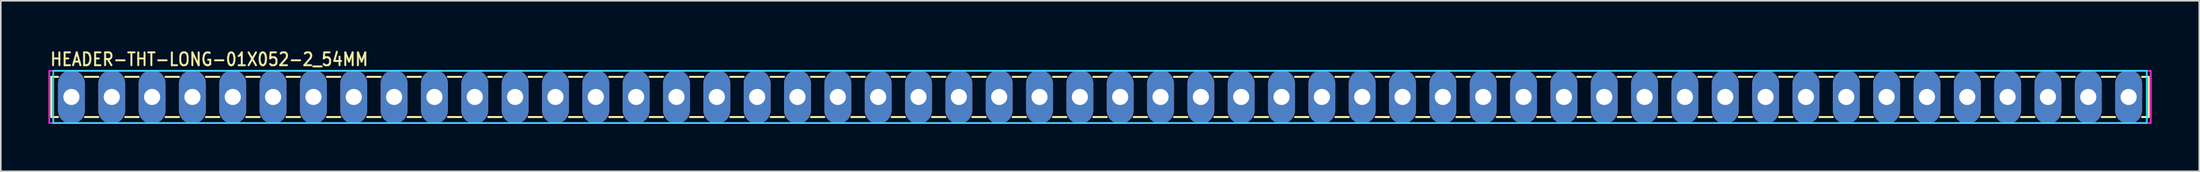
<source format=kicad_pcb>
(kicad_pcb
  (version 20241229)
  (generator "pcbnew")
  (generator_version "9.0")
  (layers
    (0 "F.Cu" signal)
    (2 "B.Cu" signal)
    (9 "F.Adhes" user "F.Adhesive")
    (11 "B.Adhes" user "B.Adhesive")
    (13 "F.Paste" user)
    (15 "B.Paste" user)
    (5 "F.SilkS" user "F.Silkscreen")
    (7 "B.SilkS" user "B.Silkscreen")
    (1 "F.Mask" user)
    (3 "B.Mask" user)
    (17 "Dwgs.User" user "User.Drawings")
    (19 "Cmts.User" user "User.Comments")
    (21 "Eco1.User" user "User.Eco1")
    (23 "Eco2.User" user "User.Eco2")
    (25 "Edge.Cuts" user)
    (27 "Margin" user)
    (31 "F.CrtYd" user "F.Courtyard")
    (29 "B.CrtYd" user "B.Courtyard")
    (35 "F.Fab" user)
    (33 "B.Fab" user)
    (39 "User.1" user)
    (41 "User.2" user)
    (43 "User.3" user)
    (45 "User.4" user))
  (footprint "HEADER-THT-LONG-01X052-2_54MM"
    (layer "F.Cu")
    (at 1.447 3.079)
    (property "Reference" "HEADER-THT-LONG-01X052-2_54MM" (at -1.4 -1.9 0) (unlocked yes) (layer "F.SilkS") (effects (font (size 0.813 0.695) (thickness 0.122)) (justify left bottom)))
    (fp_line (start -1.27 -1.27) (end -1.27 1.27) (stroke (width 0.127) (type solid)) (layer "F.SilkS"))
    (fp_line (start -1.27 1.27) (end -0.85 1.27) (stroke (width 0.127) (type solid)) (layer "F.SilkS"))
    (fp_line (start -0.85 -1.27) (end -1.27 -1.27) (stroke (width 0.127) (type solid)) (layer "F.SilkS"))
    (fp_line (start 0.85 -1.27) (end 1.69 -1.27) (stroke (width 0.127) (type solid)) (layer "F.SilkS"))
    (fp_line (start 0.85 1.27) (end 1.69 1.27) (stroke (width 0.127) (type solid)) (layer "F.SilkS"))
    (fp_line (start 3.39 -1.27) (end 4.23 -1.27) (stroke (width 0.127) (type solid)) (layer "F.SilkS"))
    (fp_line (start 3.39 1.27) (end 4.23 1.27) (stroke (width 0.127) (type solid)) (layer "F.SilkS"))
    (fp_line (start 5.93 -1.27) (end 6.77 -1.27) (stroke (width 0.127) (type solid)) (layer "F.SilkS"))
    (fp_line (start 5.93 1.27) (end 6.77 1.27) (stroke (width 0.127) (type solid)) (layer "F.SilkS"))
    (fp_line (start 8.47 -1.27) (end 9.31 -1.27) (stroke (width 0.127) (type solid)) (layer "F.SilkS"))
    (fp_line (start 8.47 1.27) (end 9.31 1.27) (stroke (width 0.127) (type solid)) (layer "F.SilkS"))
    (fp_line (start 11.01 -1.27) (end 11.85 -1.27) (stroke (width 0.127) (type solid)) (layer "F.SilkS"))
    (fp_line (start 11.01 1.27) (end 11.85 1.27) (stroke (width 0.127) (type solid)) (layer "F.SilkS"))
    (fp_line (start 13.55 -1.27) (end 14.39 -1.27) (stroke (width 0.127) (type solid)) (layer "F.SilkS"))
    (fp_line (start 13.55 1.27) (end 14.39 1.27) (stroke (width 0.127) (type solid)) (layer "F.SilkS"))
    (fp_line (start 16.09 -1.27) (end 16.93 -1.27) (stroke (width 0.127) (type solid)) (layer "F.SilkS"))
    (fp_line (start 16.09 1.27) (end 16.93 1.27) (stroke (width 0.127) (type solid)) (layer "F.SilkS"))
    (fp_line (start 18.63 -1.27) (end 19.47 -1.27) (stroke (width 0.127) (type solid)) (layer "F.SilkS"))
    (fp_line (start 18.63 1.27) (end 19.47 1.27) (stroke (width 0.127) (type solid)) (layer "F.SilkS"))
    (fp_line (start 21.17 -1.27) (end 22.01 -1.27) (stroke (width 0.127) (type solid)) (layer "F.SilkS"))
    (fp_line (start 21.17 1.27) (end 22.01 1.27) (stroke (width 0.127) (type solid)) (layer "F.SilkS"))
    (fp_line (start 23.71 -1.27) (end 24.55 -1.27) (stroke (width 0.127) (type solid)) (layer "F.SilkS"))
    (fp_line (start 23.71 1.27) (end 24.55 1.27) (stroke (width 0.127) (type solid)) (layer "F.SilkS"))
    (fp_line (start 26.25 -1.27) (end 27.09 -1.27) (stroke (width 0.127) (type solid)) (layer "F.SilkS"))
    (fp_line (start 26.25 1.27) (end 27.09 1.27) (stroke (width 0.127) (type solid)) (layer "F.SilkS"))
    (fp_line (start 28.79 -1.27) (end 29.63 -1.27) (stroke (width 0.127) (type solid)) (layer "F.SilkS"))
    (fp_line (start 28.79 1.27) (end 29.63 1.27) (stroke (width 0.127) (type solid)) (layer "F.SilkS"))
    (fp_line (start 31.33 -1.27) (end 32.17 -1.27) (stroke (width 0.127) (type solid)) (layer "F.SilkS"))
    (fp_line (start 31.33 1.27) (end 32.17 1.27) (stroke (width 0.127) (type solid)) (layer "F.SilkS"))
    (fp_line (start 33.87 -1.27) (end 34.71 -1.27) (stroke (width 0.127) (type solid)) (layer "F.SilkS"))
    (fp_line (start 33.87 1.27) (end 34.71 1.27) (stroke (width 0.127) (type solid)) (layer "F.SilkS"))
    (fp_line (start 36.41 -1.27) (end 37.25 -1.27) (stroke (width 0.127) (type solid)) (layer "F.SilkS"))
    (fp_line (start 36.41 1.27) (end 37.25 1.27) (stroke (width 0.127) (type solid)) (layer "F.SilkS"))
    (fp_line (start 38.95 -1.27) (end 39.79 -1.27) (stroke (width 0.127) (type solid)) (layer "F.SilkS"))
    (fp_line (start 38.95 1.27) (end 39.79 1.27) (stroke (width 0.127) (type solid)) (layer "F.SilkS"))
    (fp_line (start 41.49 -1.27) (end 42.33 -1.27) (stroke (width 0.127) (type solid)) (layer "F.SilkS"))
    (fp_line (start 41.49 1.27) (end 42.33 1.27) (stroke (width 0.127) (type solid)) (layer "F.SilkS"))
    (fp_line (start 44.03 -1.27) (end 44.87 -1.27) (stroke (width 0.127) (type solid)) (layer "F.SilkS"))
    (fp_line (start 44.03 1.27) (end 44.87 1.27) (stroke (width 0.127) (type solid)) (layer "F.SilkS"))
    (fp_line (start 46.57 -1.27) (end 47.41 -1.27) (stroke (width 0.127) (type solid)) (layer "F.SilkS"))
    (fp_line (start 46.57 1.27) (end 47.41 1.27) (stroke (width 0.127) (type solid)) (layer "F.SilkS"))
    (fp_line (start 49.11 -1.27) (end 49.95 -1.27) (stroke (width 0.127) (type solid)) (layer "F.SilkS"))
    (fp_line (start 49.11 1.27) (end 49.95 1.27) (stroke (width 0.127) (type solid)) (layer "F.SilkS"))
    (fp_line (start 51.65 -1.27) (end 52.49 -1.27) (stroke (width 0.127) (type solid)) (layer "F.SilkS"))
    (fp_line (start 51.65 1.27) (end 52.49 1.27) (stroke (width 0.127) (type solid)) (layer "F.SilkS"))
    (fp_line (start 54.19 -1.27) (end 55.03 -1.27) (stroke (width 0.127) (type solid)) (layer "F.SilkS"))
    (fp_line (start 54.19 1.27) (end 55.03 1.27) (stroke (width 0.127) (type solid)) (layer "F.SilkS"))
    (fp_line (start 56.73 -1.27) (end 57.57 -1.27) (stroke (width 0.127) (type solid)) (layer "F.SilkS"))
    (fp_line (start 56.73 1.27) (end 57.57 1.27) (stroke (width 0.127) (type solid)) (layer "F.SilkS"))
    (fp_line (start 59.27 -1.27) (end 60.11 -1.27) (stroke (width 0.127) (type solid)) (layer "F.SilkS"))
    (fp_line (start 59.27 1.27) (end 60.11 1.27) (stroke (width 0.127) (type solid)) (layer "F.SilkS"))
    (fp_line (start 61.81 -1.27) (end 62.65 -1.27) (stroke (width 0.127) (type solid)) (layer "F.SilkS"))
    (fp_line (start 61.81 1.27) (end 62.65 1.27) (stroke (width 0.127) (type solid)) (layer "F.SilkS"))
    (fp_line (start 64.35 -1.27) (end 65.19 -1.27) (stroke (width 0.127) (type solid)) (layer "F.SilkS"))
    (fp_line (start 64.35 1.27) (end 65.19 1.27) (stroke (width 0.127) (type solid)) (layer "F.SilkS"))
    (fp_line (start 66.89 -1.27) (end 67.73 -1.27) (stroke (width 0.127) (type solid)) (layer "F.SilkS"))
    (fp_line (start 66.89 1.27) (end 67.73 1.27) (stroke (width 0.127) (type solid)) (layer "F.SilkS"))
    (fp_line (start 69.43 -1.27) (end 70.27 -1.27) (stroke (width 0.127) (type solid)) (layer "F.SilkS"))
    (fp_line (start 69.43 1.27) (end 70.27 1.27) (stroke (width 0.127) (type solid)) (layer "F.SilkS"))
    (fp_line (start 71.97 -1.27) (end 72.81 -1.27) (stroke (width 0.127) (type solid)) (layer "F.SilkS"))
    (fp_line (start 71.97 1.27) (end 72.81 1.27) (stroke (width 0.127) (type solid)) (layer "F.SilkS"))
    (fp_line (start 74.51 -1.27) (end 75.35 -1.27) (stroke (width 0.127) (type solid)) (layer "F.SilkS"))
    (fp_line (start 74.51 1.27) (end 75.35 1.27) (stroke (width 0.127) (type solid)) (layer "F.SilkS"))
    (fp_line (start 77.05 -1.27) (end 77.89 -1.27) (stroke (width 0.127) (type solid)) (layer "F.SilkS"))
    (fp_line (start 77.05 1.27) (end 77.89 1.27) (stroke (width 0.127) (type solid)) (layer "F.SilkS"))
    (fp_line (start 79.59 -1.27) (end 80.43 -1.27) (stroke (width 0.127) (type solid)) (layer "F.SilkS"))
    (fp_line (start 79.59 1.27) (end 80.43 1.27) (stroke (width 0.127) (type solid)) (layer "F.SilkS"))
    (fp_line (start 82.13 -1.27) (end 82.97 -1.27) (stroke (width 0.127) (type solid)) (layer "F.SilkS"))
    (fp_line (start 82.13 1.27) (end 82.97 1.27) (stroke (width 0.127) (type solid)) (layer "F.SilkS"))
    (fp_line (start 84.67 -1.27) (end 85.51 -1.27) (stroke (width 0.127) (type solid)) (layer "F.SilkS"))
    (fp_line (start 84.67 1.27) (end 85.51 1.27) (stroke (width 0.127) (type solid)) (layer "F.SilkS"))
    (fp_line (start 87.21 -1.27) (end 88.05 -1.27) (stroke (width 0.127) (type solid)) (layer "F.SilkS"))
    (fp_line (start 87.21 1.27) (end 88.05 1.27) (stroke (width 0.127) (type solid)) (layer "F.SilkS"))
    (fp_line (start 89.75 -1.27) (end 90.59 -1.27) (stroke (width 0.127) (type solid)) (layer "F.SilkS"))
    (fp_line (start 89.75 1.27) (end 90.59 1.27) (stroke (width 0.127) (type solid)) (layer "F.SilkS"))
    (fp_line (start 92.29 -1.27) (end 93.13 -1.27) (stroke (width 0.127) (type solid)) (layer "F.SilkS"))
    (fp_line (start 92.29 1.27) (end 93.13 1.27) (stroke (width 0.127) (type solid)) (layer "F.SilkS"))
    (fp_line (start 94.83 -1.27) (end 95.67 -1.27) (stroke (width 0.127) (type solid)) (layer "F.SilkS"))
    (fp_line (start 94.83 1.27) (end 95.67 1.27) (stroke (width 0.127) (type solid)) (layer "F.SilkS"))
    (fp_line (start 97.37 -1.27) (end 98.21 -1.27) (stroke (width 0.127) (type solid)) (layer "F.SilkS"))
    (fp_line (start 97.37 1.27) (end 98.21 1.27) (stroke (width 0.127) (type solid)) (layer "F.SilkS"))
    (fp_line (start 99.91 -1.27) (end 100.75 -1.27) (stroke (width 0.127) (type solid)) (layer "F.SilkS"))
    (fp_line (start 99.91 1.27) (end 100.75 1.27) (stroke (width 0.127) (type solid)) (layer "F.SilkS"))
    (fp_line (start 102.45 -1.27) (end 103.29 -1.27) (stroke (width 0.127) (type solid)) (layer "F.SilkS"))
    (fp_line (start 102.45 1.27) (end 103.29 1.27) (stroke (width 0.127) (type solid)) (layer "F.SilkS"))
    (fp_line (start 104.99 -1.27) (end 105.83 -1.27) (stroke (width 0.127) (type solid)) (layer "F.SilkS"))
    (fp_line (start 104.99 1.27) (end 105.83 1.27) (stroke (width 0.127) (type solid)) (layer "F.SilkS"))
    (fp_line (start 107.53 -1.27) (end 108.37 -1.27) (stroke (width 0.127) (type solid)) (layer "F.SilkS"))
    (fp_line (start 107.53 1.27) (end 108.37 1.27) (stroke (width 0.127) (type solid)) (layer "F.SilkS"))
    (fp_line (start 110.07 -1.27) (end 110.91 -1.27) (stroke (width 0.127) (type solid)) (layer "F.SilkS"))
    (fp_line (start 110.07 1.27) (end 110.91 1.27) (stroke (width 0.127) (type solid)) (layer "F.SilkS"))
    (fp_line (start 112.61 -1.27) (end 113.45 -1.27) (stroke (width 0.127) (type solid)) (layer "F.SilkS"))
    (fp_line (start 112.61 1.27) (end 113.45 1.27) (stroke (width 0.127) (type solid)) (layer "F.SilkS"))
    (fp_line (start 115.15 -1.27) (end 115.99 -1.27) (stroke (width 0.127) (type solid)) (layer "F.SilkS"))
    (fp_line (start 115.15 1.27) (end 115.99 1.27) (stroke (width 0.127) (type solid)) (layer "F.SilkS"))
    (fp_line (start 117.69 -1.27) (end 118.53 -1.27) (stroke (width 0.127) (type solid)) (layer "F.SilkS"))
    (fp_line (start 117.69 1.27) (end 118.53 1.27) (stroke (width 0.127) (type solid)) (layer "F.SilkS"))
    (fp_line (start 120.23 -1.27) (end 121.07 -1.27) (stroke (width 0.127) (type solid)) (layer "F.SilkS"))
    (fp_line (start 120.23 1.27) (end 121.07 1.27) (stroke (width 0.127) (type solid)) (layer "F.SilkS"))
    (fp_line (start 122.77 -1.27) (end 123.61 -1.27) (stroke (width 0.127) (type solid)) (layer "F.SilkS"))
    (fp_line (start 122.77 1.27) (end 123.61 1.27) (stroke (width 0.127) (type solid)) (layer "F.SilkS"))
    (fp_line (start 125.31 -1.27) (end 126.15 -1.27) (stroke (width 0.127) (type solid)) (layer "F.SilkS"))
    (fp_line (start 125.31 1.27) (end 126.15 1.27) (stroke (width 0.127) (type solid)) (layer "F.SilkS"))
    (fp_line (start 127.85 -1.27) (end 128.69 -1.27) (stroke (width 0.127) (type solid)) (layer "F.SilkS"))
    (fp_line (start 127.85 1.27) (end 128.69 1.27) (stroke (width 0.127) (type solid)) (layer "F.SilkS"))
    (fp_line (start 130.39 -1.27) (end 130.81 -1.27) (stroke (width 0.127) (type solid)) (layer "F.SilkS"))
    (fp_line (start 130.81 -1.27) (end 130.81 1.27) (stroke (width 0.127) (type solid)) (layer "F.SilkS"))
    (fp_line (start 130.81 1.27) (end 130.39 1.27) (stroke (width 0.127) (type solid)) (layer "F.SilkS"))
    (fp_poly (pts (xy -1.143 -1.651) (xy 130.683 -1.651) (xy 130.683 1.651) (xy -1.143 1.651)) (stroke (width 0.1) (type solid)) (fill no) (layer "B.CrtYd"))
    (fp_poly (pts (xy -1.397 -1.651) (xy 130.937 -1.651) (xy 130.937 1.651) (xy -1.397 1.651)) (stroke (width 0.1) (type solid)) (fill no) (layer "F.CrtYd"))
    (pad "1" thru_hole oval (at 0 0 90) (size 3.387 1.693) (drill 1.016) (layers "*.Cu" "*.Mask"))
    (pad "2" thru_hole oval (at 2.54 0 90) (size 3.387 1.693) (drill 1.016) (layers "*.Cu" "*.Mask"))
    (pad "3" thru_hole oval (at 5.08 0 90) (size 3.387 1.693) (drill 1.016) (layers "*.Cu" "*.Mask"))
    (pad "4" thru_hole oval (at 7.62 0 90) (size 3.387 1.693) (drill 1.016) (layers "*.Cu" "*.Mask"))
    (pad "5" thru_hole oval (at 10.16 0 90) (size 3.387 1.693) (drill 1.016) (layers "*.Cu" "*.Mask"))
    (pad "6" thru_hole oval (at 12.7 0 90) (size 3.387 1.693) (drill 1.016) (layers "*.Cu" "*.Mask"))
    (pad "7" thru_hole oval (at 15.24 0 90) (size 3.387 1.693) (drill 1.016) (layers "*.Cu" "*.Mask"))
    (pad "8" thru_hole oval (at 17.78 0 90) (size 3.387 1.693) (drill 1.016) (layers "*.Cu" "*.Mask"))
    (pad "9" thru_hole oval (at 20.32 0 90) (size 3.387 1.693) (drill 1.016) (layers "*.Cu" "*.Mask"))
    (pad "10" thru_hole oval (at 22.86 0 90) (size 3.387 1.693) (drill 1.016) (layers "*.Cu" "*.Mask"))
    (pad "11" thru_hole oval (at 25.4 0 90) (size 3.387 1.693) (drill 1.016) (layers "*.Cu" "*.Mask"))
    (pad "12" thru_hole oval (at 27.94 0 90) (size 3.387 1.693) (drill 1.016) (layers "*.Cu" "*.Mask"))
    (pad "13" thru_hole oval (at 30.48 0 90) (size 3.387 1.693) (drill 1.016) (layers "*.Cu" "*.Mask"))
    (pad "14" thru_hole oval (at 33.02 0 90) (size 3.387 1.693) (drill 1.016) (layers "*.Cu" "*.Mask"))
    (pad "15" thru_hole oval (at 35.56 0 90) (size 3.387 1.693) (drill 1.016) (layers "*.Cu" "*.Mask"))
    (pad "16" thru_hole oval (at 38.1 0 90) (size 3.387 1.693) (drill 1.016) (layers "*.Cu" "*.Mask"))
    (pad "17" thru_hole oval (at 40.64 0 90) (size 3.387 1.693) (drill 1.016) (layers "*.Cu" "*.Mask"))
    (pad "18" thru_hole oval (at 43.18 0 90) (size 3.387 1.693) (drill 1.016) (layers "*.Cu" "*.Mask"))
    (pad "19" thru_hole oval (at 45.72 0 90) (size 3.387 1.693) (drill 1.016) (layers "*.Cu" "*.Mask"))
    (pad "20" thru_hole oval (at 48.26 0 90) (size 3.387 1.693) (drill 1.016) (layers "*.Cu" "*.Mask"))
    (pad "21" thru_hole oval (at 50.8 0 90) (size 3.387 1.693) (drill 1.016) (layers "*.Cu" "*.Mask"))
    (pad "22" thru_hole oval (at 53.34 0 90) (size 3.387 1.693) (drill 1.016) (layers "*.Cu" "*.Mask"))
    (pad "23" thru_hole oval (at 55.88 0 90) (size 3.387 1.693) (drill 1.016) (layers "*.Cu" "*.Mask"))
    (pad "24" thru_hole oval (at 58.42 0 90) (size 3.387 1.693) (drill 1.016) (layers "*.Cu" "*.Mask"))
    (pad "25" thru_hole oval (at 60.96 0 90) (size 3.387 1.693) (drill 1.016) (layers "*.Cu" "*.Mask"))
    (pad "26" thru_hole oval (at 63.5 0 90) (size 3.387 1.693) (drill 1.016) (layers "*.Cu" "*.Mask"))
    (pad "27" thru_hole oval (at 66.04 0 90) (size 3.387 1.693) (drill 1.016) (layers "*.Cu" "*.Mask"))
    (pad "28" thru_hole oval (at 68.58 0 90) (size 3.387 1.693) (drill 1.016) (layers "*.Cu" "*.Mask"))
    (pad "29" thru_hole oval (at 71.12 0 90) (size 3.387 1.693) (drill 1.016) (layers "*.Cu" "*.Mask"))
    (pad "30" thru_hole oval (at 73.66 0 90) (size 3.387 1.693) (drill 1.016) (layers "*.Cu" "*.Mask"))
    (pad "31" thru_hole oval (at 76.2 0 90) (size 3.387 1.693) (drill 1.016) (layers "*.Cu" "*.Mask"))
    (pad "32" thru_hole oval (at 78.74 0 90) (size 3.387 1.693) (drill 1.016) (layers "*.Cu" "*.Mask"))
    (pad "33" thru_hole oval (at 81.28 0 90) (size 3.387 1.693) (drill 1.016) (layers "*.Cu" "*.Mask"))
    (pad "34" thru_hole oval (at 83.82 0 90) (size 3.387 1.693) (drill 1.016) (layers "*.Cu" "*.Mask"))
    (pad "35" thru_hole oval (at 86.36 0 90) (size 3.387 1.693) (drill 1.016) (layers "*.Cu" "*.Mask"))
    (pad "36" thru_hole oval (at 88.9 0 90) (size 3.387 1.693) (drill 1.016) (layers "*.Cu" "*.Mask"))
    (pad "37" thru_hole oval (at 91.44 0 90) (size 3.387 1.693) (drill 1.016) (layers "*.Cu" "*.Mask"))
    (pad "38" thru_hole oval (at 93.98 0 90) (size 3.387 1.693) (drill 1.016) (layers "*.Cu" "*.Mask"))
    (pad "39" thru_hole oval (at 96.52 0 90) (size 3.387 1.693) (drill 1.016) (layers "*.Cu" "*.Mask"))
    (pad "40" thru_hole oval (at 99.06 0 90) (size 3.387 1.693) (drill 1.016) (layers "*.Cu" "*.Mask"))
    (pad "41" thru_hole oval (at 101.6 0 90) (size 3.387 1.693) (drill 1.016) (layers "*.Cu" "*.Mask"))
    (pad "42" thru_hole oval (at 104.14 0 90) (size 3.387 1.693) (drill 1.016) (layers "*.Cu" "*.Mask"))
    (pad "43" thru_hole oval (at 106.68 0 90) (size 3.387 1.693) (drill 1.016) (layers "*.Cu" "*.Mask"))
    (pad "44" thru_hole oval (at 109.22 0 90) (size 3.387 1.693) (drill 1.016) (layers "*.Cu" "*.Mask"))
    (pad "45" thru_hole oval (at 111.76 0 90) (size 3.387 1.693) (drill 1.016) (layers "*.Cu" "*.Mask"))
    (pad "46" thru_hole oval (at 114.3 0 90) (size 3.387 1.693) (drill 1.016) (layers "*.Cu" "*.Mask"))
    (pad "47" thru_hole oval (at 116.84 0 90) (size 3.387 1.693) (drill 1.016) (layers "*.Cu" "*.Mask"))
    (pad "48" thru_hole oval (at 119.38 0 90) (size 3.387 1.693) (drill 1.016) (layers "*.Cu" "*.Mask"))
    (pad "49" thru_hole oval (at 121.92 0 90) (size 3.387 1.693) (drill 1.016) (layers "*.Cu" "*.Mask"))
    (pad "50" thru_hole oval (at 124.46 0 90) (size 3.387 1.693) (drill 1.016) (layers "*.Cu" "*.Mask"))
    (pad "51" thru_hole oval (at 127 0 90) (size 3.387 1.693) (drill 1.016) (layers "*.Cu" "*.Mask"))
    (pad "52" thru_hole oval (at 129.54 0 90) (size 3.387 1.693) (drill 1.016) (layers "*.Cu" "*.Mask")))
  (gr_rect
    (start -3 -3)
    (end 135.434 7.78)
    (stroke (width 0.1) (type default))
    (fill no)
    (layer "Edge.Cuts")))
</source>
